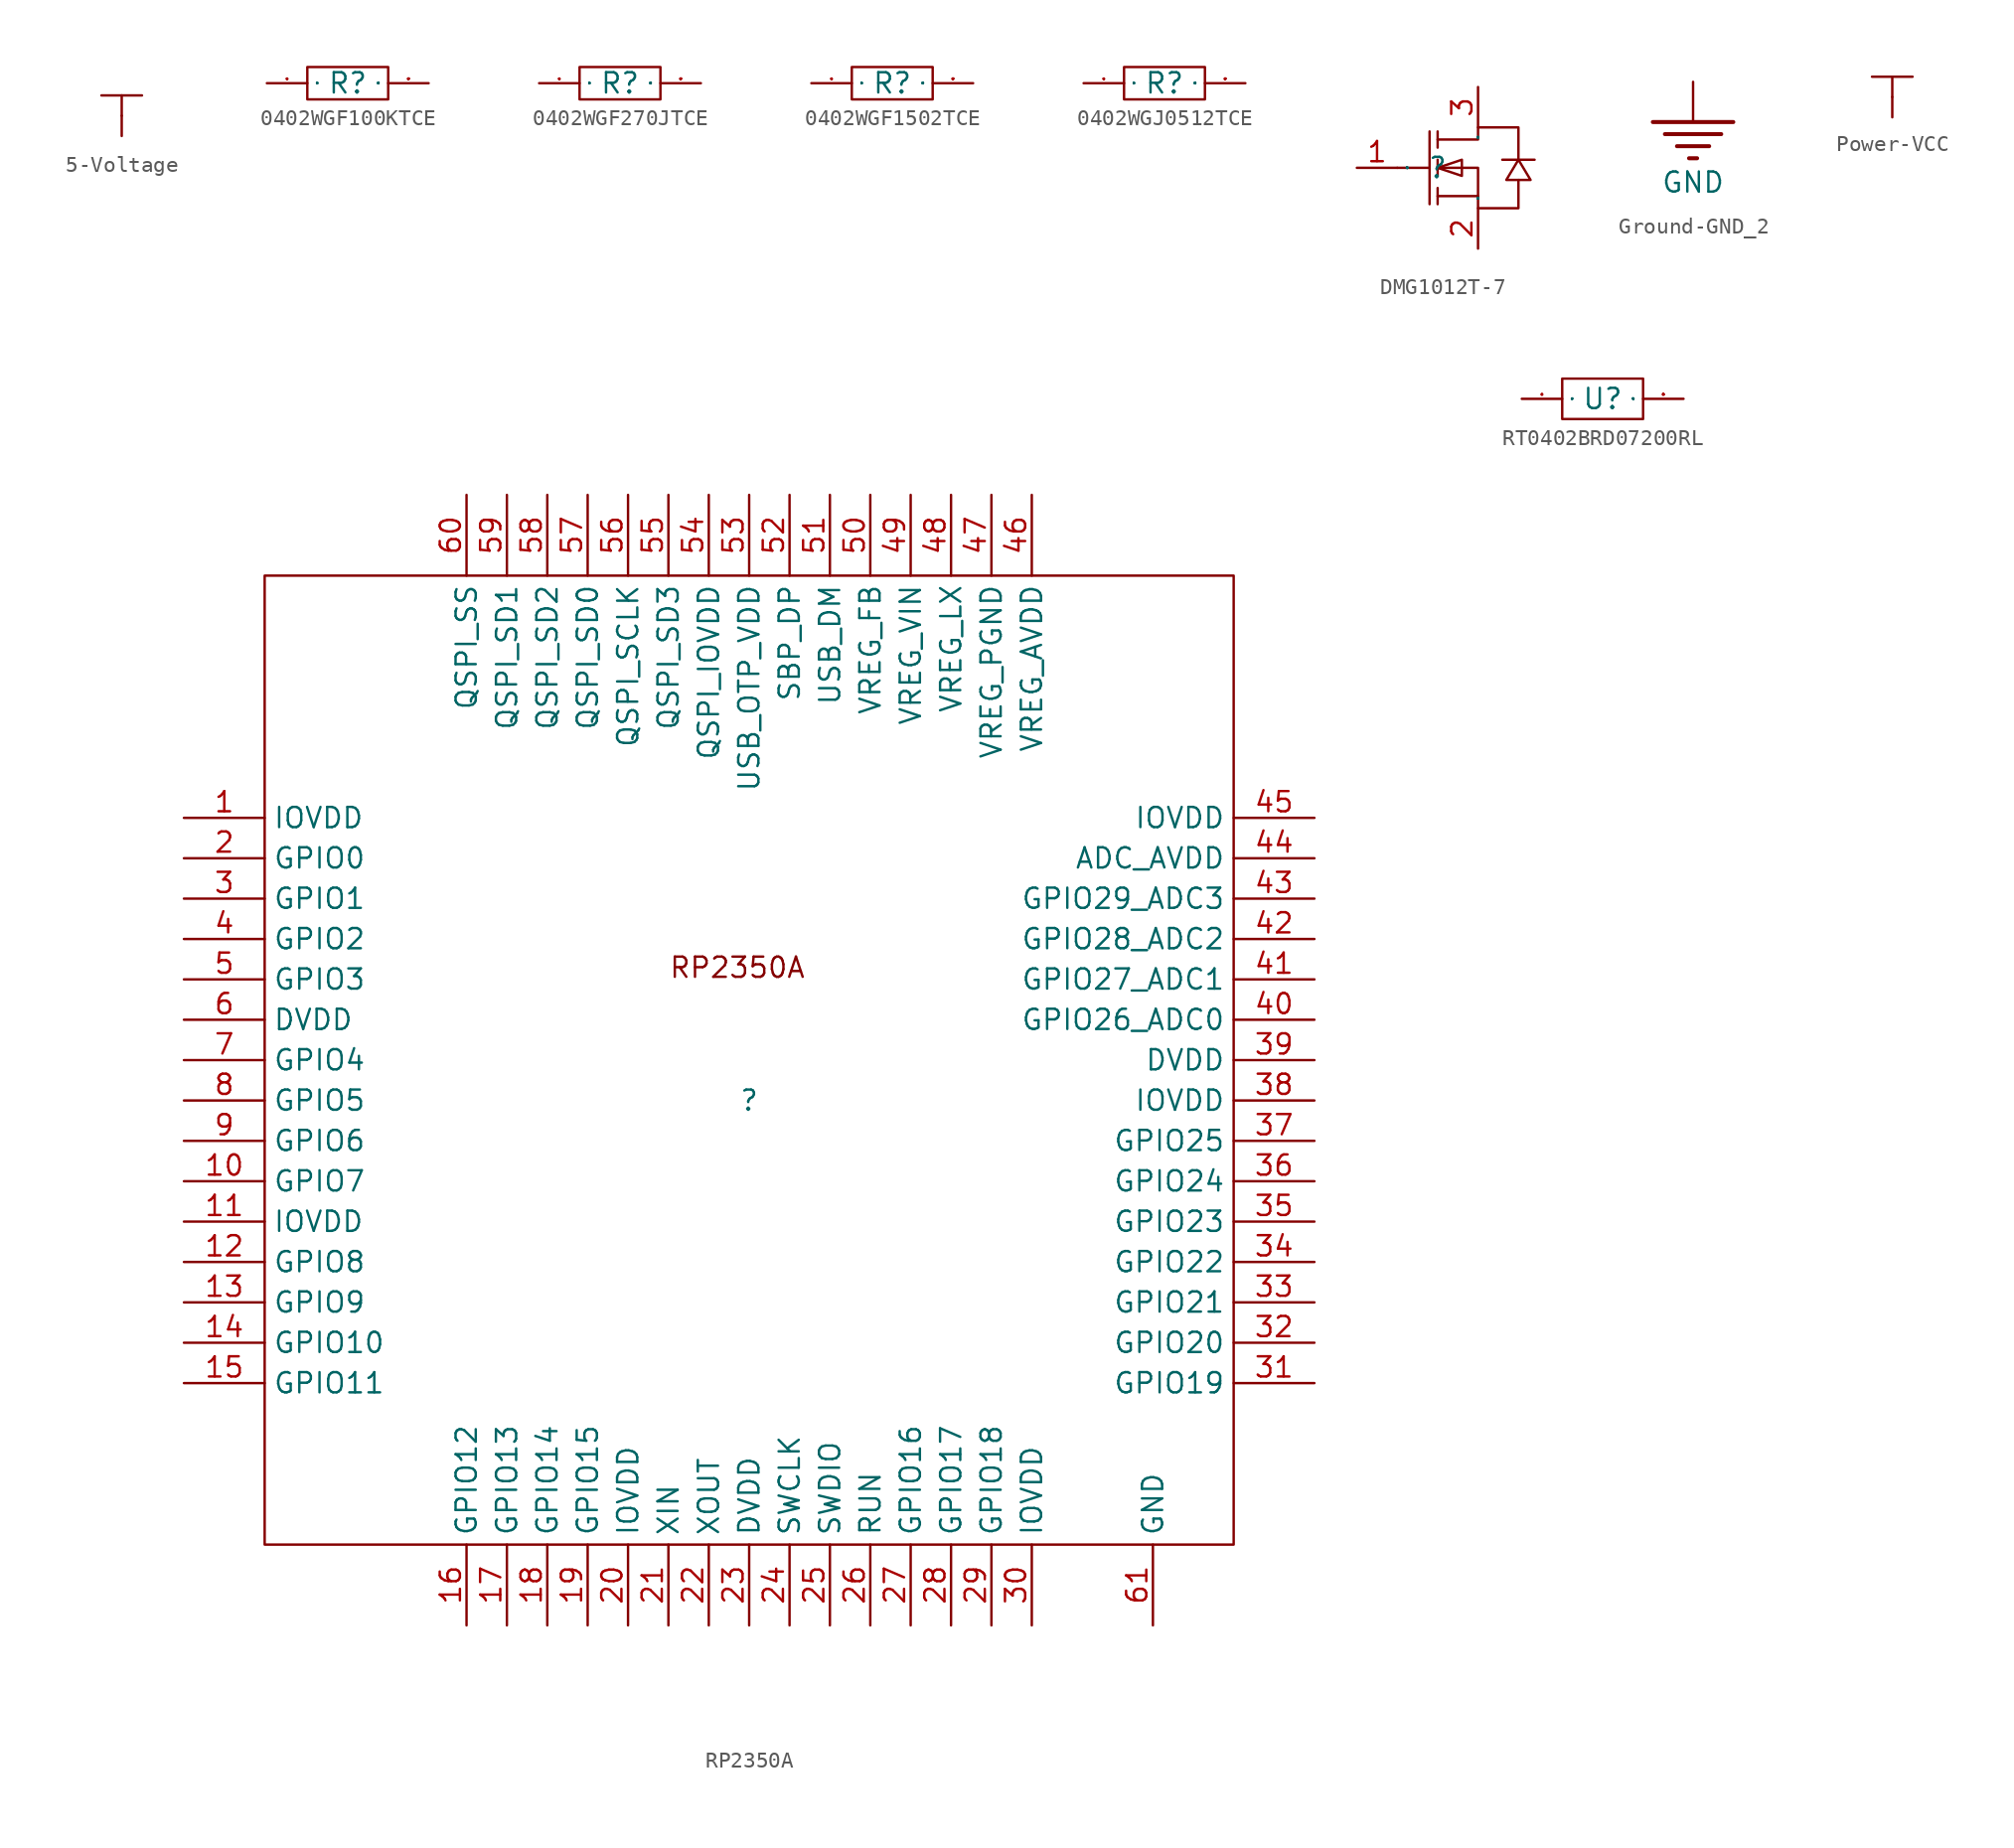
<source format=kicad_sym>
(kicad_symbol_lib
  (version 20241209)
  (generator "kicad_symbol_editor")
  (generator_version "9.0")
  (symbol "5-Voltage"
    (power)
    (pin_numbers
      (hide yes))
    (pin_names
      (hide yes))
    (property "Reference" "#PWR"
      (at 0 0 0)
      (effects (font (size 1.27 1.27)) (hide yes)))
    (property "Value" ""
      (at 0 3.81 0)
      (effects (font (size 1.27 1.27))))
    (symbol "5-Voltage_1_0"
      (polyline (pts (xy -1.27 2.54) (xy 1.27 2.54)) (stroke (width 0) (type default)) (fill (type none)))
      (polyline (pts (xy 0 2.54) (xy 0 1.27)) (stroke (width 0) (type default)) (fill (type none)))
      (pin power_in line (at 0 0 90) (length 1.27) (name "VBUS" (effects (font (size 1.27 1.27)))) (number "1" (effects (font (size 0.025 0.025)))))))
  (symbol "0402WGF100KTCE"
    (property "Reference" "R"
      (at 0 0 0)
      (effects (font (size 1.27 1.27))))
    (property "Value" ""
      (at 0 0 0)
      (effects (font (size 1.27 1.27))))
    (symbol "0402WGF100KTCE_1_0"
      (rectangle (start -2.54 -1.016) (end 2.54 1.016) (stroke (width 0) (type default)) (fill (type none)))
      (pin input line (at -5.08 0 0) (length 2.54) (name "1" (effects (font (size 0.025 0.025)))) (number "1" (effects (font (size 0.025 0.025)))))
      (pin input line (at 5.08 0 180) (length 2.54) (name "2" (effects (font (size 0.025 0.025)))) (number "2" (effects (font (size 0.025 0.025)))))))
  (symbol "0402WGF270JTCE"
    (property "Reference" "R"
      (at 0 0 0)
      (effects (font (size 1.27 1.27))))
    (symbol "0402WGF270JTCE_1_0"
      (rectangle (start -2.54 -1.016) (end 2.54 1.016) (stroke (width 0) (type default)) (fill (type none)))
      (pin input line (at -5.08 0 0) (length 2.54) (name "1" (effects (font (size 0.025 0.025)))) (number "1" (effects (font (size 0.025 0.025)))))
      (pin input line (at 5.08 0 180) (length 2.54) (name "2" (effects (font (size 0.025 0.025)))) (number "2" (effects (font (size 0.025 0.025)))))))
  (symbol "0402WGF1502TCE"
    (property "Reference" "R"
      (at 0 0 0)
      (effects (font (size 1.27 1.27))))
    (symbol "0402WGF1502TCE_1_0"
      (rectangle (start -2.54 -1.016) (end 2.54 1.016) (stroke (width 0) (type default)) (fill (type none)))
      (pin input line (at -5.08 0 0) (length 2.54) (name "1" (effects (font (size 0.025 0.025)))) (number "1" (effects (font (size 0.025 0.025)))))
      (pin input line (at 5.08 0 180) (length 2.54) (name "2" (effects (font (size 0.025 0.025)))) (number "2" (effects (font (size 0.025 0.025)))))))
  (symbol "0402WGJ0512TCE"
    (property "Reference" "R"
      (at 0 0 0)
      (effects (font (size 1.27 1.27))))
    (symbol "0402WGJ0512TCE_1_0"
      (rectangle (start -2.54 -1.016) (end 2.54 1.016) (stroke (width 0) (type default)) (fill (type none)))
      (pin input line (at -5.08 0 0) (length 2.54) (name "1" (effects (font (size 0.025 0.025)))) (number "1" (effects (font (size 0.025 0.025)))))
      (pin input line (at 5.08 0 180) (length 2.54) (name "2" (effects (font (size 0.025 0.025)))) (number "2" (effects (font (size 0.025 0.025)))))))
  (symbol "DMG1012T-7"
    (property "Reference" ""
      (at 0 0 0)
      (effects (font (size 1.27 1.27))))
    (property "Value" ""
      (at 0 0 0)
      (effects (font (size 1.27 1.27))))
    (symbol "DMG1012T-7_1_0"
      (polyline (pts (xy -2.54 0) (xy -0.508 0)) (stroke (width 0) (type default)) (fill (type none)))
      (polyline (pts (xy -0.508 2.286) (xy -0.508 -2.286)) (stroke (width 0) (type default)) (fill (type none)))
      (polyline (pts (xy 0 2.286) (xy 0 1.27)) (stroke (width 0) (type default)) (fill (type none)))
      (polyline (pts (xy 0 1.778) (xy 2.54 1.778) (xy 2.54 2.54) (xy 5.08 2.54) (xy 5.08 0.508)) (stroke (width 0) (type default)) (fill (type none)))
      (polyline (pts (xy 0 0) (xy 1.524 -0.508) (xy 1.524 0.508) (xy 0 0)) (stroke (width 0) (type default)) (fill (type none)))
      (polyline (pts (xy 0 0) (xy 2.54 0) (xy 2.54 -2.54) (xy 5.08 -2.54) (xy 5.08 -0.762)) (stroke (width 0) (type default)) (fill (type none)))
      (polyline (pts (xy 0 -0.508) (xy 0 0.508)) (stroke (width 0) (type default)) (fill (type none)))
      (polyline (pts (xy 0 -2.286) (xy 0 -1.27)) (stroke (width 0) (type default)) (fill (type none)))
      (polyline (pts (xy 2.54 -1.778) (xy 0 -1.778)) (stroke (width 0) (type default)) (fill (type none)))
      (polyline (pts (xy 5.08 0.508) (xy 4.318 -0.762) (xy 5.842 -0.762) (xy 5.08 0.508)) (stroke (width 0) (type default)) (fill (type none)))
      (polyline (pts (xy 6.096 0.508) (xy 5.588 0.508) (xy 4.572 0.508) (xy 4.064 0.508)) (stroke (width 0) (type default)) (fill (type none)))
      (pin input line (at -5.08 0 0) (length 2.54) (name "G" (effects (font (size 0.025 0.025)))) (number "1" (effects (font (size 1.27 1.27)))))
      (pin input line (at 2.54 5.08 270) (length 2.54) (name "D" (effects (font (size 0.025 0.025)))) (number "3" (effects (font (size 1.27 1.27)))))
      (pin input line (at 2.54 -5.08 90) (length 2.54) (name "S" (effects (font (size 0.025 0.025)))) (number "2" (effects (font (size 1.27 1.27)))))))
  (symbol "Ground-GND_2"
    (power)
    (pin_numbers
      (hide yes))
    (pin_names
      (hide yes))
    (property "Reference" "#PWR"
      (at 0 0 0)
      (effects (font (size 1.27 1.27)) (hide yes)))
    (property "Value" "GND"
      (at 0 -6.35 0)
      (effects (font (size 1.27 1.27))))
    (symbol "Ground-GND_2_1_0"
      (polyline (pts (xy -2.54 -2.54) (xy 2.54 -2.54)) (stroke (width 0.254) (type default)) (fill (type none)))
      (polyline (pts (xy -1.778 -3.302) (xy 1.778 -3.302)) (stroke (width 0.254) (type default)) (fill (type none)))
      (polyline (pts (xy -1.016 -4.064) (xy 1.016 -4.064)) (stroke (width 0.254) (type default)) (fill (type none)))
      (polyline (pts (xy -0.254 -4.826) (xy 0.254 -4.826)) (stroke (width 0.254) (type default)) (fill (type none)))
      (pin power_in line (at 0 0 270) (length 2.54) (name "" (effects (font (size 1.27 1.27)))) (number "1" (effects (font (size 0.025 0.025)))))))
  (symbol "Power-VCC"
    (power)
    (pin_numbers
      (hide yes))
    (pin_names
      (hide yes))
    (property "Reference" "#PWR"
      (at 0 0 0)
      (effects (font (size 1.27 1.27)) (hide yes)))
    (property "Value" ""
      (at 0 2.54 0)
      (effects (font (size 1.27 1.27)) (justify bottom)))
    (symbol "Power-VCC_1_0"
      (polyline (pts (xy -1.27 2.54) (xy 1.27 2.54)) (stroke (width 0) (type default)) (fill (type none)))
      (polyline (pts (xy 0 2.54) (xy 0 1.27)) (stroke (width 0) (type default)) (fill (type none)))
      (pin power_in line (at 0 0 90) (length 1.27) (name "3V3" (effects (font (size 1.27 1.27)))) (number "1" (effects (font (size 0.025 0.025)))))))
  (symbol "RP2350A"
    (property "Reference" ""
      (at 0 0 0)
      (effects (font (size 1.27 1.27))))
    (property "Value" ""
      (at 0 0 0)
      (effects (font (size 1.27 1.27))))
    (symbol "RP2350A_1_0"
      (rectangle (start -30.48 33.02) (end 30.48 -27.94) (stroke (width 0) (type default)) (fill (type none)))
      (text "RP2350A" (at -5.08 7.62 0) (effects (font (size 1.27 1.27)) (justify left bottom)))
      (pin input line (at -35.56 17.78 0) (length 5.08) (name "IOVDD" (effects (font (size 1.27 1.27)))) (number "1" (effects (font (size 1.27 1.27)))))
      (pin input line (at -35.56 15.24 0) (length 5.08) (name "GPIO0" (effects (font (size 1.27 1.27)))) (number "2" (effects (font (size 1.27 1.27)))))
      (pin input line (at -35.56 12.7 0) (length 5.08) (name "GPIO1" (effects (font (size 1.27 1.27)))) (number "3" (effects (font (size 1.27 1.27)))))
      (pin input line (at -35.56 10.16 0) (length 5.08) (name "GPIO2" (effects (font (size 1.27 1.27)))) (number "4" (effects (font (size 1.27 1.27)))))
      (pin input line (at -35.56 7.62 0) (length 5.08) (name "GPIO3" (effects (font (size 1.27 1.27)))) (number "5" (effects (font (size 1.27 1.27)))))
      (pin input line (at -35.56 5.08 0) (length 5.08) (name "DVDD" (effects (font (size 1.27 1.27)))) (number "6" (effects (font (size 1.27 1.27)))))
      (pin input line (at -35.56 2.54 0) (length 5.08) (name "GPIO4" (effects (font (size 1.27 1.27)))) (number "7" (effects (font (size 1.27 1.27)))))
      (pin input line (at -35.56 0 0) (length 5.08) (name "GPIO5" (effects (font (size 1.27 1.27)))) (number "8" (effects (font (size 1.27 1.27)))))
      (pin input line (at -35.56 -2.54 0) (length 5.08) (name "GPIO6" (effects (font (size 1.27 1.27)))) (number "9" (effects (font (size 1.27 1.27)))))
      (pin input line (at -35.56 -5.08 0) (length 5.08) (name "GPIO7" (effects (font (size 1.27 1.27)))) (number "10" (effects (font (size 1.27 1.27)))))
      (pin input line (at -35.56 -7.62 0) (length 5.08) (name "IOVDD" (effects (font (size 1.27 1.27)))) (number "11" (effects (font (size 1.27 1.27)))))
      (pin input line (at -35.56 -10.16 0) (length 5.08) (name "GPIO8" (effects (font (size 1.27 1.27)))) (number "12" (effects (font (size 1.27 1.27)))))
      (pin input line (at -35.56 -12.7 0) (length 5.08) (name "GPIO9" (effects (font (size 1.27 1.27)))) (number "13" (effects (font (size 1.27 1.27)))))
      (pin input line (at -35.56 -15.24 0) (length 5.08) (name "GPIO10" (effects (font (size 1.27 1.27)))) (number "14" (effects (font (size 1.27 1.27)))))
      (pin input line (at -35.56 -17.78 0) (length 5.08) (name "GPIO11" (effects (font (size 1.27 1.27)))) (number "15" (effects (font (size 1.27 1.27)))))
      (pin input line (at -17.78 38.1 270) (length 5.08) (name "QSPI_SS" (effects (font (size 1.27 1.27)))) (number "60" (effects (font (size 1.27 1.27)))))
      (pin input line (at -17.78 -33.02 90) (length 5.08) (name "GPIO12" (effects (font (size 1.27 1.27)))) (number "16" (effects (font (size 1.27 1.27)))))
      (pin input line (at -15.24 38.1 270) (length 5.08) (name "QSPI_SD1" (effects (font (size 1.27 1.27)))) (number "59" (effects (font (size 1.27 1.27)))))
      (pin input line (at -15.24 -33.02 90) (length 5.08) (name "GPIO13" (effects (font (size 1.27 1.27)))) (number "17" (effects (font (size 1.27 1.27)))))
      (pin input line (at -12.7 38.1 270) (length 5.08) (name "QSPI_SD2" (effects (font (size 1.27 1.27)))) (number "58" (effects (font (size 1.27 1.27)))))
      (pin input line (at -12.7 -33.02 90) (length 5.08) (name "GPIO14" (effects (font (size 1.27 1.27)))) (number "18" (effects (font (size 1.27 1.27)))))
      (pin input line (at -10.16 38.1 270) (length 5.08) (name "QSPI_SD0" (effects (font (size 1.27 1.27)))) (number "57" (effects (font (size 1.27 1.27)))))
      (pin input line (at -10.16 -33.02 90) (length 5.08) (name "GPIO15" (effects (font (size 1.27 1.27)))) (number "19" (effects (font (size 1.27 1.27)))))
      (pin input line (at -7.62 38.1 270) (length 5.08) (name "QSPI_SCLK" (effects (font (size 1.27 1.27)))) (number "56" (effects (font (size 1.27 1.27)))))
      (pin input line (at -7.62 -33.02 90) (length 5.08) (name "IOVDD" (effects (font (size 1.27 1.27)))) (number "20" (effects (font (size 1.27 1.27)))))
      (pin input line (at -5.08 38.1 270) (length 5.08) (name "QSPI_SD3" (effects (font (size 1.27 1.27)))) (number "55" (effects (font (size 1.27 1.27)))))
      (pin input line (at -5.08 -33.02 90) (length 5.08) (name "XIN" (effects (font (size 1.27 1.27)))) (number "21" (effects (font (size 1.27 1.27)))))
      (pin input line (at -2.54 38.1 270) (length 5.08) (name "QSPI_IOVDD" (effects (font (size 1.27 1.27)))) (number "54" (effects (font (size 1.27 1.27)))))
      (pin input line (at -2.54 -33.02 90) (length 5.08) (name "XOUT" (effects (font (size 1.27 1.27)))) (number "22" (effects (font (size 1.27 1.27)))))
      (pin input line (at 0 38.1 270) (length 5.08) (name "USB_OTP_VDD" (effects (font (size 1.27 1.27)))) (number "53" (effects (font (size 1.27 1.27)))))
      (pin input line (at 0 -33.02 90) (length 5.08) (name "DVDD" (effects (font (size 1.27 1.27)))) (number "23" (effects (font (size 1.27 1.27)))))
      (pin input line (at 2.54 38.1 270) (length 5.08) (name "SBP_DP" (effects (font (size 1.27 1.27)))) (number "52" (effects (font (size 1.27 1.27)))))
      (pin input line (at 2.54 -33.02 90) (length 5.08) (name "SWCLK" (effects (font (size 1.27 1.27)))) (number "24" (effects (font (size 1.27 1.27)))))
      (pin input line (at 5.08 38.1 270) (length 5.08) (name "USB_DM" (effects (font (size 1.27 1.27)))) (number "51" (effects (font (size 1.27 1.27)))))
      (pin input line (at 5.08 -33.02 90) (length 5.08) (name "SWDIO" (effects (font (size 1.27 1.27)))) (number "25" (effects (font (size 1.27 1.27)))))
      (pin input line (at 7.62 38.1 270) (length 5.08) (name "VREG_FB" (effects (font (size 1.27 1.27)))) (number "50" (effects (font (size 1.27 1.27)))))
      (pin input line (at 7.62 -33.02 90) (length 5.08) (name "RUN" (effects (font (size 1.27 1.27)))) (number "26" (effects (font (size 1.27 1.27)))))
      (pin input line (at 10.16 38.1 270) (length 5.08) (name "VREG_VIN" (effects (font (size 1.27 1.27)))) (number "49" (effects (font (size 1.27 1.27)))))
      (pin input line (at 10.16 -33.02 90) (length 5.08) (name "GPIO16" (effects (font (size 1.27 1.27)))) (number "27" (effects (font (size 1.27 1.27)))))
      (pin input line (at 12.7 38.1 270) (length 5.08) (name "VREG_LX" (effects (font (size 1.27 1.27)))) (number "48" (effects (font (size 1.27 1.27)))))
      (pin input line (at 12.7 -33.02 90) (length 5.08) (name "GPIO17" (effects (font (size 1.27 1.27)))) (number "28" (effects (font (size 1.27 1.27)))))
      (pin input line (at 15.24 38.1 270) (length 5.08) (name "VREG_PGND" (effects (font (size 1.27 1.27)))) (number "47" (effects (font (size 1.27 1.27)))))
      (pin input line (at 15.24 -33.02 90) (length 5.08) (name "GPIO18" (effects (font (size 1.27 1.27)))) (number "29" (effects (font (size 1.27 1.27)))))
      (pin input line (at 17.78 38.1 270) (length 5.08) (name "VREG_AVDD" (effects (font (size 1.27 1.27)))) (number "46" (effects (font (size 1.27 1.27)))))
      (pin input line (at 17.78 -33.02 90) (length 5.08) (name "IOVDD" (effects (font (size 1.27 1.27)))) (number "30" (effects (font (size 1.27 1.27)))))
      (pin input line (at 25.4 -33.02 90) (length 5.08) (name "GND" (effects (font (size 1.27 1.27)))) (number "61" (effects (font (size 1.27 1.27)))))
      (pin input line (at 35.56 17.78 180) (length 5.08) (name "IOVDD" (effects (font (size 1.27 1.27)))) (number "45" (effects (font (size 1.27 1.27)))))
      (pin input line (at 35.56 15.24 180) (length 5.08) (name "ADC_AVDD" (effects (font (size 1.27 1.27)))) (number "44" (effects (font (size 1.27 1.27)))))
      (pin input line (at 35.56 12.7 180) (length 5.08) (name "GPIO29_ADC3" (effects (font (size 1.27 1.27)))) (number "43" (effects (font (size 1.27 1.27)))))
      (pin input line (at 35.56 10.16 180) (length 5.08) (name "GPIO28_ADC2" (effects (font (size 1.27 1.27)))) (number "42" (effects (font (size 1.27 1.27)))))
      (pin input line (at 35.56 7.62 180) (length 5.08) (name "GPIO27_ADC1" (effects (font (size 1.27 1.27)))) (number "41" (effects (font (size 1.27 1.27)))))
      (pin input line (at 35.56 5.08 180) (length 5.08) (name "GPIO26_ADC0" (effects (font (size 1.27 1.27)))) (number "40" (effects (font (size 1.27 1.27)))))
      (pin input line (at 35.56 2.54 180) (length 5.08) (name "DVDD" (effects (font (size 1.27 1.27)))) (number "39" (effects (font (size 1.27 1.27)))))
      (pin input line (at 35.56 0 180) (length 5.08) (name "IOVDD" (effects (font (size 1.27 1.27)))) (number "38" (effects (font (size 1.27 1.27)))))
      (pin input line (at 35.56 -2.54 180) (length 5.08) (name "GPIO25" (effects (font (size 1.27 1.27)))) (number "37" (effects (font (size 1.27 1.27)))))
      (pin input line (at 35.56 -5.08 180) (length 5.08) (name "GPIO24" (effects (font (size 1.27 1.27)))) (number "36" (effects (font (size 1.27 1.27)))))
      (pin input line (at 35.56 -7.62 180) (length 5.08) (name "GPIO23" (effects (font (size 1.27 1.27)))) (number "35" (effects (font (size 1.27 1.27)))))
      (pin input line (at 35.56 -10.16 180) (length 5.08) (name "GPIO22" (effects (font (size 1.27 1.27)))) (number "34" (effects (font (size 1.27 1.27)))))
      (pin input line (at 35.56 -12.7 180) (length 5.08) (name "GPIO21" (effects (font (size 1.27 1.27)))) (number "33" (effects (font (size 1.27 1.27)))))
      (pin input line (at 35.56 -15.24 180) (length 5.08) (name "GPIO20" (effects (font (size 1.27 1.27)))) (number "32" (effects (font (size 1.27 1.27)))))
      (pin input line (at 35.56 -17.78 180) (length 5.08) (name "GPIO19" (effects (font (size 1.27 1.27)))) (number "31" (effects (font (size 1.27 1.27)))))))
  (symbol "RT0402BRD07200RL"
    (property "Reference" "U"
      (at 0 0 0)
      (effects (font (size 1.27 1.27))))
    (symbol "RT0402BRD07200RL_1_0"
      (rectangle (start -2.54 -1.27) (end 2.54 1.27) (stroke (width 0) (type default)) (fill (type none)))
      (pin unspecified line (at -5.08 0 0) (length 2.54) (name "1" (effects (font (size 0.025 0.025)))) (number "1" (effects (font (size 0.025 0.025)))))
      (pin unspecified line (at 5.08 0 180) (length 2.54) (name "2" (effects (font (size 0.025 0.025)))) (number "2" (effects (font (size 0.025 0.025))))))))
</source>
